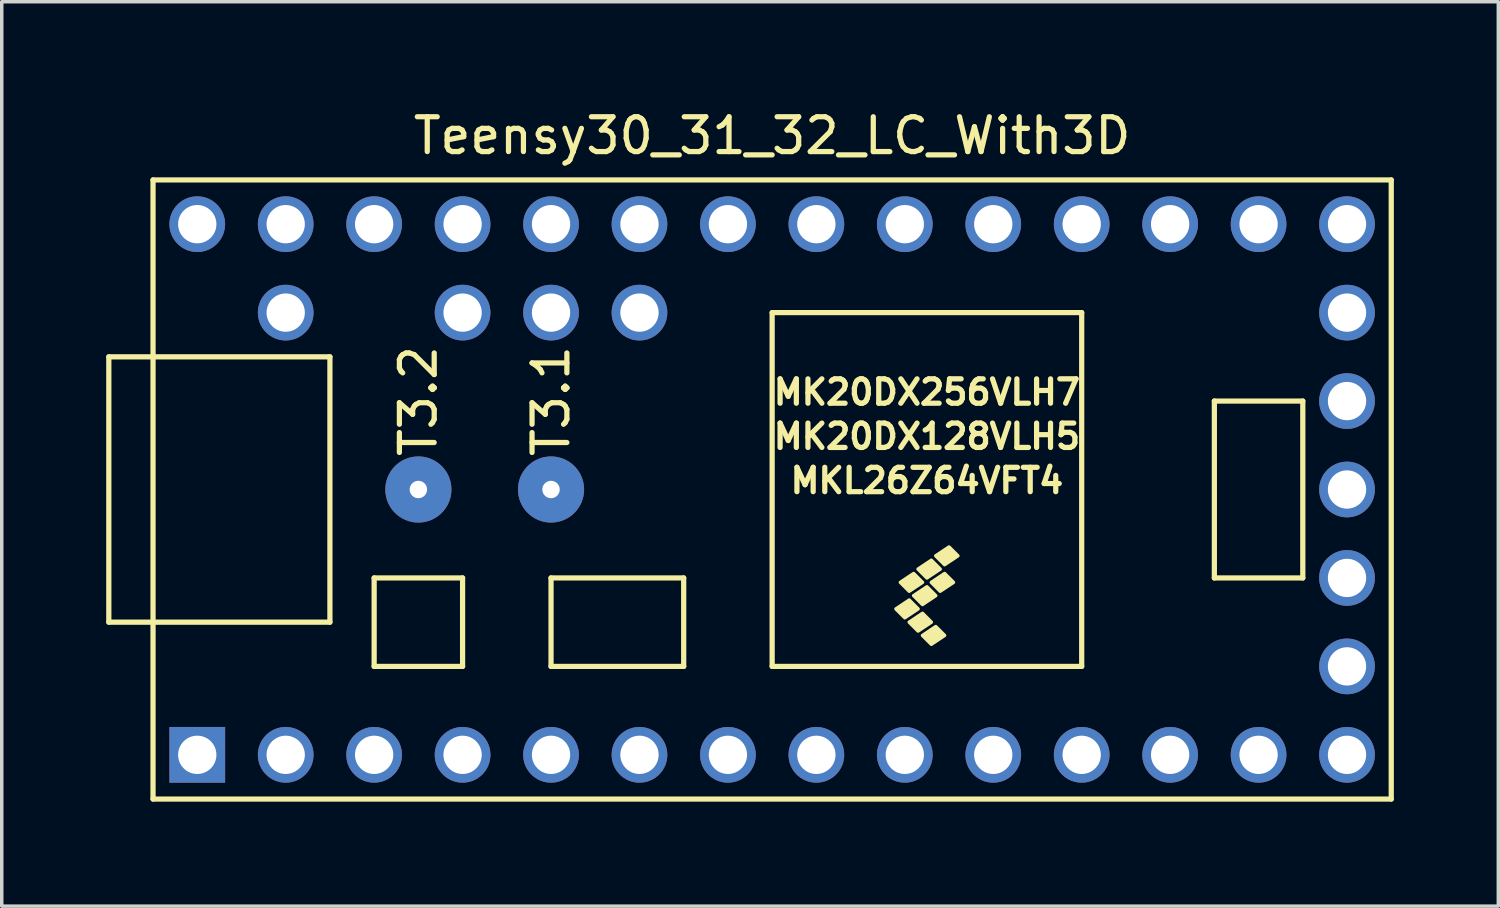
<source format=kicad_pcb>
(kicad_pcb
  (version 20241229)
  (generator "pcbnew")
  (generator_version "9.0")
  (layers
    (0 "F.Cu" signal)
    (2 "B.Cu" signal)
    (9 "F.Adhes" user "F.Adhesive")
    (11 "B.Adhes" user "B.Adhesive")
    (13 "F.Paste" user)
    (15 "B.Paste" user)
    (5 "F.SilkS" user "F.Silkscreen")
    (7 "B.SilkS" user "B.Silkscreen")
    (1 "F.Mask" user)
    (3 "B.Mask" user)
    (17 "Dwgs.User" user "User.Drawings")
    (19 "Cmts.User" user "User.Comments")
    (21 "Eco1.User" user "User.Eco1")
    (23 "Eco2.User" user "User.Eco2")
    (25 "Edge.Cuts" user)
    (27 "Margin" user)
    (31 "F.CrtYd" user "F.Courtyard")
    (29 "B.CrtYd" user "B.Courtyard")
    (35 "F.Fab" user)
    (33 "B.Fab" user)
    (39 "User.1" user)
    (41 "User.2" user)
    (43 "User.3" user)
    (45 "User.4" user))
  (footprint "Teensy30_31_32_LC_With3D"
    (layer "F.Cu")
    (at 19.125 11.008)
    (property "Reference" "Teensy30_31_32_LC_With3D" (at 0 -10.16 0) (layer "F.SilkS") (effects (font (size 1 1) (thickness 0.15))))
    (attr through_hole)
    (fp_line (start -19.05 -3.81) (end -17.78 -3.81) (stroke (width 0.15) (type solid)) (layer "F.SilkS"))
    (fp_line (start -19.05 3.81) (end -19.05 -3.81) (stroke (width 0.15) (type solid)) (layer "F.SilkS"))
    (fp_line (start -17.78 -8.89) (end 17.78 -8.89) (stroke (width 0.15) (type solid)) (layer "F.SilkS"))
    (fp_line (start -17.78 3.81) (end -19.05 3.81) (stroke (width 0.15) (type solid)) (layer "F.SilkS"))
    (fp_line (start -17.78 8.89) (end -17.78 -8.89) (stroke (width 0.15) (type solid)) (layer "F.SilkS"))
    (fp_line (start -12.7 -3.81) (end -17.78 -3.81) (stroke (width 0.15) (type solid)) (layer "F.SilkS"))
    (fp_line (start -12.7 3.81) (end -17.78 3.81) (stroke (width 0.15) (type solid)) (layer "F.SilkS"))
    (fp_line (start -12.7 3.81) (end -12.7 -3.81) (stroke (width 0.15) (type solid)) (layer "F.SilkS"))
    (fp_line (start -11.43 2.54) (end -11.43 5.08) (stroke (width 0.15) (type solid)) (layer "F.SilkS"))
    (fp_line (start -11.43 5.08) (end -8.89 5.08) (stroke (width 0.15) (type solid)) (layer "F.SilkS"))
    (fp_line (start -8.89 2.54) (end -11.43 2.54) (stroke (width 0.15) (type solid)) (layer "F.SilkS"))
    (fp_line (start -8.89 5.08) (end -8.89 2.54) (stroke (width 0.15) (type solid)) (layer "F.SilkS"))
    (fp_line (start -6.35 2.54) (end -6.35 5.08) (stroke (width 0.15) (type solid)) (layer "F.SilkS"))
    (fp_line (start -6.35 5.08) (end -2.54 5.08) (stroke (width 0.15) (type solid)) (layer "F.SilkS"))
    (fp_line (start -2.54 2.54) (end -6.35 2.54) (stroke (width 0.15) (type solid)) (layer "F.SilkS"))
    (fp_line (start -2.54 5.08) (end -2.54 2.54) (stroke (width 0.15) (type solid)) (layer "F.SilkS"))
    (fp_line (start 0 -5.08) (end 0 5.08) (stroke (width 0.15) (type solid)) (layer "F.SilkS"))
    (fp_line (start 8.89 -5.08) (end 0 -5.08) (stroke (width 0.15) (type solid)) (layer "F.SilkS"))
    (fp_line (start 8.89 5.08) (end 0 5.08) (stroke (width 0.15) (type solid)) (layer "F.SilkS"))
    (fp_line (start 8.89 5.08) (end 8.89 -5.08) (stroke (width 0.15) (type solid)) (layer "F.SilkS"))
    (fp_line (start 12.7 -2.54) (end 15.24 -2.54) (stroke (width 0.15) (type solid)) (layer "F.SilkS"))
    (fp_line (start 12.7 2.54) (end 12.7 -2.54) (stroke (width 0.15) (type solid)) (layer "F.SilkS"))
    (fp_line (start 15.24 -2.54) (end 15.24 2.54) (stroke (width 0.15) (type solid)) (layer "F.SilkS"))
    (fp_line (start 15.24 2.54) (end 12.7 2.54) (stroke (width 0.15) (type solid)) (layer "F.SilkS"))
    (fp_line (start 17.78 -8.89) (end 17.78 8.89) (stroke (width 0.15) (type solid)) (layer "F.SilkS"))
    (fp_line (start 17.78 8.89) (end -17.78 8.89) (stroke (width 0.15) (type solid)) (layer "F.SilkS"))
    (fp_poly (pts (xy 3.81 3.683) (xy 3.556 3.429) (xy 3.937 3.175) (xy 4.191 3.429)) (stroke (width 0.1) (type solid)) (fill yes) (layer "F.SilkS"))
    (fp_poly (pts (xy 3.937 2.921) (xy 3.683 2.667) (xy 4.064 2.413) (xy 4.318 2.667)) (stroke (width 0.1) (type solid)) (fill yes) (layer "F.SilkS"))
    (fp_poly (pts (xy 4.191 4.064) (xy 3.937 3.81) (xy 4.318 3.556) (xy 4.572 3.81)) (stroke (width 0.1) (type solid)) (fill yes) (layer "F.SilkS"))
    (fp_poly (pts (xy 4.318 3.302) (xy 4.064 3.048) (xy 4.445 2.794) (xy 4.699 3.048)) (stroke (width 0.1) (type solid)) (fill yes) (layer "F.SilkS"))
    (fp_poly (pts (xy 4.445 2.54) (xy 4.191 2.286) (xy 4.572 2.032) (xy 4.826 2.286)) (stroke (width 0.1) (type solid)) (fill yes) (layer "F.SilkS"))
    (fp_poly (pts (xy 4.572 4.445) (xy 4.318 4.191) (xy 4.699 3.937) (xy 4.953 4.191)) (stroke (width 0.1) (type solid)) (fill yes) (layer "F.SilkS"))
    (fp_poly (pts (xy 4.826 2.921) (xy 4.572 2.667) (xy 4.953 2.413) (xy 5.207 2.667)) (stroke (width 0.1) (type solid)) (fill yes) (layer "F.SilkS"))
    (fp_poly (pts (xy 4.953 2.159) (xy 4.699 1.905) (xy 5.08 1.651) (xy 5.334 1.905)) (stroke (width 0.1) (type solid)) (fill yes) (layer "F.SilkS"))
    (fp_text user "T3.2" (at -10.16 -2.54 90) (layer "F.SilkS") (effects (font (size 1 1) (thickness 0.15))))
    (fp_text user "MK20DX128VLH5" (at 4.445 -1.524 0) (layer "F.SilkS") (effects (font (size 0.7 0.7) (thickness 0.15))))
    (fp_text user "T3.1" (at -6.35 -2.54 90) (layer "F.SilkS") (effects (font (size 1 1) (thickness 0.15))))
    (fp_text user "MKL26Z64VFT4" (at 4.445 -0.254 0) (layer "F.SilkS") (effects (font (size 0.7 0.7) (thickness 0.15))))
    (fp_text user "MK20DX256VLH7" (at 4.445 -2.794 0) (layer "F.SilkS") (effects (font (size 0.7 0.7) (thickness 0.15))))
    (pad "1" thru_hole rect (at -16.51 7.62) (size 1.6 1.6) (drill 1.1) (layers "*.Cu" "*.Mask"))
    (pad "2" thru_hole circle (at -13.97 7.62) (size 1.6 1.6) (drill 1.1) (layers "*.Cu" "*.Mask"))
    (pad "3" thru_hole circle (at -11.43 7.62) (size 1.6 1.6) (drill 1.1) (layers "*.Cu" "*.Mask"))
    (pad "4" thru_hole circle (at -8.89 7.62) (size 1.6 1.6) (drill 1.1) (layers "*.Cu" "*.Mask"))
    (pad "5" thru_hole circle (at -6.35 7.62) (size 1.6 1.6) (drill 1.1) (layers "*.Cu" "*.Mask"))
    (pad "6" thru_hole circle (at -3.81 7.62) (size 1.6 1.6) (drill 1.1) (layers "*.Cu" "*.Mask"))
    (pad "7" thru_hole circle (at -1.27 7.62) (size 1.6 1.6) (drill 1.1) (layers "*.Cu" "*.Mask"))
    (pad "8" thru_hole circle (at 1.27 7.62) (size 1.6 1.6) (drill 1.1) (layers "*.Cu" "*.Mask"))
    (pad "9" thru_hole circle (at 3.81 7.62) (size 1.6 1.6) (drill 1.1) (layers "*.Cu" "*.Mask"))
    (pad "10" thru_hole circle (at 6.35 7.62) (size 1.6 1.6) (drill 1.1) (layers "*.Cu" "*.Mask"))
    (pad "11" thru_hole circle (at 8.89 7.62) (size 1.6 1.6) (drill 1.1) (layers "*.Cu" "*.Mask"))
    (pad "12" thru_hole circle (at 11.43 7.62) (size 1.6 1.6) (drill 1.1) (layers "*.Cu" "*.Mask"))
    (pad "13" thru_hole circle (at 13.97 7.62) (size 1.6 1.6) (drill 1.1) (layers "*.Cu" "*.Mask"))
    (pad "14" thru_hole circle (at 16.51 7.62) (size 1.6 1.6) (drill 1.1) (layers "*.Cu" "*.Mask"))
    (pad "15" thru_hole circle (at 16.51 5.08) (size 1.6 1.6) (drill 1.1) (layers "*.Cu" "*.Mask"))
    (pad "16" thru_hole circle (at 16.51 2.54) (size 1.6 1.6) (drill 1.1) (layers "*.Cu" "*.Mask"))
    (pad "17" thru_hole circle (at 16.51 0) (size 1.6 1.6) (drill 1.1) (layers "*.Cu" "*.Mask"))
    (pad "18" thru_hole circle (at 16.51 -2.54) (size 1.6 1.6) (drill 1.1) (layers "*.Cu" "*.Mask"))
    (pad "19" thru_hole circle (at 16.51 -5.08) (size 1.6 1.6) (drill 1.1) (layers "*.Cu" "*.Mask"))
    (pad "20" thru_hole circle (at 16.51 -7.62) (size 1.6 1.6) (drill 1.1) (layers "*.Cu" "*.Mask"))
    (pad "21" thru_hole circle (at 13.97 -7.62) (size 1.6 1.6) (drill 1.1) (layers "*.Cu" "*.Mask"))
    (pad "22" thru_hole circle (at 11.43 -7.62) (size 1.6 1.6) (drill 1.1) (layers "*.Cu" "*.Mask"))
    (pad "23" thru_hole circle (at 8.89 -7.62) (size 1.6 1.6) (drill 1.1) (layers "*.Cu" "*.Mask"))
    (pad "24" thru_hole circle (at 6.35 -7.62) (size 1.6 1.6) (drill 1.1) (layers "*.Cu" "*.Mask"))
    (pad "25" thru_hole circle (at 3.81 -7.62) (size 1.6 1.6) (drill 1.1) (layers "*.Cu" "*.Mask"))
    (pad "26" thru_hole circle (at 1.27 -7.62) (size 1.6 1.6) (drill 1.1) (layers "*.Cu" "*.Mask"))
    (pad "27" thru_hole circle (at -1.27 -7.62) (size 1.6 1.6) (drill 1.1) (layers "*.Cu" "*.Mask"))
    (pad "28" thru_hole circle (at -3.81 -7.62) (size 1.6 1.6) (drill 1.1) (layers "*.Cu" "*.Mask"))
    (pad "29" thru_hole circle (at -6.35 -7.62) (size 1.6 1.6) (drill 1.1) (layers "*.Cu" "*.Mask"))
    (pad "30" thru_hole circle (at -8.89 -7.62) (size 1.6 1.6) (drill 1.1) (layers "*.Cu" "*.Mask"))
    (pad "31" thru_hole circle (at -11.43 -7.62) (size 1.6 1.6) (drill 1.1) (layers "*.Cu" "*.Mask"))
    (pad "32" thru_hole circle (at -13.97 -7.62) (size 1.6 1.6) (drill 1.1) (layers "*.Cu" "*.Mask"))
    (pad "33" thru_hole circle (at -16.51 -7.62) (size 1.6 1.6) (drill 1.1) (layers "*.Cu" "*.Mask"))
    (pad "34" thru_hole circle (at -13.97 -5.08) (size 1.6 1.6) (drill 1.1) (layers "*.Cu" "*.Mask"))
    (pad "35" thru_hole circle (at -8.89 -5.08) (size 1.6 1.6) (drill 1.1) (layers "*.Cu" "*.Mask"))
    (pad "36" thru_hole circle (at -6.35 -5.08) (size 1.6 1.6) (drill 1.1) (layers "*.Cu" "*.Mask"))
    (pad "37" thru_hole circle (at -3.81 -5.08) (size 1.6 1.6) (drill 1.1) (layers "*.Cu" "*.Mask"))
    (pad "52" thru_hole circle (at -10.16 0) (size 1.9 1.9) (drill 0.5) (layers "*.Cu" "*.Mask"))
    (pad "52" thru_hole circle (at -6.35 0) (size 1.9 1.9) (drill 0.5) (layers "*.Cu" "*.Mask")))
  (gr_rect
    (start -3 -3)
    (end 39.98 22.973)
    (stroke (width 0.1) (type default))
    (fill no)
    (layer "Edge.Cuts")))
</source>
